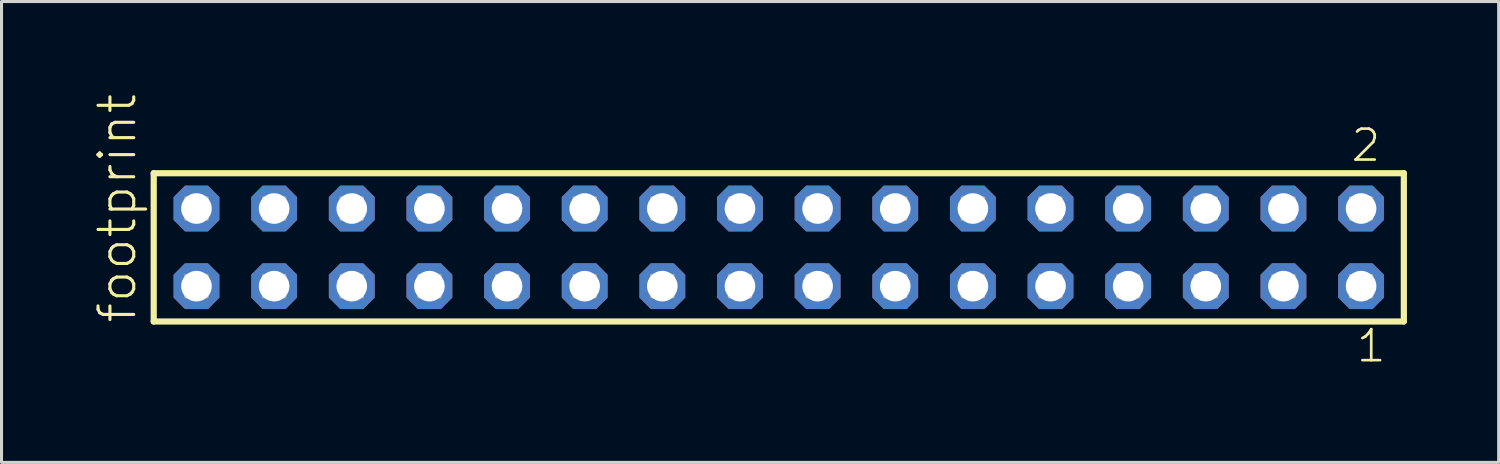
<source format=kicad_pcb>
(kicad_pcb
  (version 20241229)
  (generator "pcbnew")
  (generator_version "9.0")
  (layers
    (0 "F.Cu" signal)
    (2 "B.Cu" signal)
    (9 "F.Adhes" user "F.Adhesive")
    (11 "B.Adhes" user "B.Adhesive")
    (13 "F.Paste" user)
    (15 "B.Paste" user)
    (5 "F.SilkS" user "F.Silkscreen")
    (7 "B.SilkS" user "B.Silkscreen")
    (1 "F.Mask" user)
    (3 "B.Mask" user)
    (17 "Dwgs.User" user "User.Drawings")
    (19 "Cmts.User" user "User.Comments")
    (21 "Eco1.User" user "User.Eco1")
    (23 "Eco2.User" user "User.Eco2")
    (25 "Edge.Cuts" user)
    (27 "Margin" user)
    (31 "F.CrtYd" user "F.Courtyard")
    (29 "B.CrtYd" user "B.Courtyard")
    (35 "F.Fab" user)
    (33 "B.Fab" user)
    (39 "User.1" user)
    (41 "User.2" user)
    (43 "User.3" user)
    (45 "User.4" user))
  (footprint "footprint"
    (layer "F.Cu")
    (at 22.428 5.042)
    (property "Reference" "footprint" (at -20.955 2.54 90) (layer "F.SilkS") (effects (font (size 1.168 1.168) (thickness 0.102)) (justify left bottom)))
    (fp_line (start -20.449 -2.425) (end 20.449 -2.425) (stroke (width 0.203) (type solid)) (layer "F.SilkS"))
    (fp_line (start -20.449 2.425) (end -20.449 -2.425) (stroke (width 0.203) (type solid)) (layer "F.SilkS"))
    (fp_line (start 20.449 -2.425) (end 20.449 2.425) (stroke (width 0.203) (type solid)) (layer "F.SilkS"))
    (fp_line (start 20.449 2.425) (end -20.449 2.425) (stroke (width 0.203) (type solid)) (layer "F.SilkS"))
    (fp_poly (pts (xy -19.4 -0.92) (xy -18.7 -0.92) (xy -18.7 -1.62) (xy -19.4 -1.62)) (stroke (width 0.1) (type solid)) (fill no) (layer "F.Fab"))
    (fp_poly (pts (xy -19.4 1.62) (xy -18.7 1.62) (xy -18.7 0.92) (xy -19.4 0.92)) (stroke (width 0.1) (type solid)) (fill no) (layer "F.Fab"))
    (fp_poly (pts (xy -16.86 -0.92) (xy -16.16 -0.92) (xy -16.16 -1.62) (xy -16.86 -1.62)) (stroke (width 0.1) (type solid)) (fill no) (layer "F.Fab"))
    (fp_poly (pts (xy -16.86 1.62) (xy -16.16 1.62) (xy -16.16 0.92) (xy -16.86 0.92)) (stroke (width 0.1) (type solid)) (fill no) (layer "F.Fab"))
    (fp_poly (pts (xy -14.32 -0.92) (xy -13.62 -0.92) (xy -13.62 -1.62) (xy -14.32 -1.62)) (stroke (width 0.1) (type solid)) (fill no) (layer "F.Fab"))
    (fp_poly (pts (xy -14.32 1.62) (xy -13.62 1.62) (xy -13.62 0.92) (xy -14.32 0.92)) (stroke (width 0.1) (type solid)) (fill no) (layer "F.Fab"))
    (fp_poly (pts (xy -11.78 -0.92) (xy -11.08 -0.92) (xy -11.08 -1.62) (xy -11.78 -1.62)) (stroke (width 0.1) (type solid)) (fill no) (layer "F.Fab"))
    (fp_poly (pts (xy -11.78 1.62) (xy -11.08 1.62) (xy -11.08 0.92) (xy -11.78 0.92)) (stroke (width 0.1) (type solid)) (fill no) (layer "F.Fab"))
    (fp_poly (pts (xy -9.24 -0.92) (xy -8.54 -0.92) (xy -8.54 -1.62) (xy -9.24 -1.62)) (stroke (width 0.1) (type solid)) (fill no) (layer "F.Fab"))
    (fp_poly (pts (xy -9.24 1.62) (xy -8.54 1.62) (xy -8.54 0.92) (xy -9.24 0.92)) (stroke (width 0.1) (type solid)) (fill no) (layer "F.Fab"))
    (fp_poly (pts (xy -6.7 -0.92) (xy -6 -0.92) (xy -6 -1.62) (xy -6.7 -1.62)) (stroke (width 0.1) (type solid)) (fill no) (layer "F.Fab"))
    (fp_poly (pts (xy -6.7 1.62) (xy -6 1.62) (xy -6 0.92) (xy -6.7 0.92)) (stroke (width 0.1) (type solid)) (fill no) (layer "F.Fab"))
    (fp_poly (pts (xy -4.16 -0.92) (xy -3.46 -0.92) (xy -3.46 -1.62) (xy -4.16 -1.62)) (stroke (width 0.1) (type solid)) (fill no) (layer "F.Fab"))
    (fp_poly (pts (xy -4.16 1.62) (xy -3.46 1.62) (xy -3.46 0.92) (xy -4.16 0.92)) (stroke (width 0.1) (type solid)) (fill no) (layer "F.Fab"))
    (fp_poly (pts (xy -1.62 -0.92) (xy -0.92 -0.92) (xy -0.92 -1.62) (xy -1.62 -1.62)) (stroke (width 0.1) (type solid)) (fill no) (layer "F.Fab"))
    (fp_poly (pts (xy -1.62 1.62) (xy -0.92 1.62) (xy -0.92 0.92) (xy -1.62 0.92)) (stroke (width 0.1) (type solid)) (fill no) (layer "F.Fab"))
    (fp_poly (pts (xy 0.92 -0.92) (xy 1.62 -0.92) (xy 1.62 -1.62) (xy 0.92 -1.62)) (stroke (width 0.1) (type solid)) (fill no) (layer "F.Fab"))
    (fp_poly (pts (xy 0.92 1.62) (xy 1.62 1.62) (xy 1.62 0.92) (xy 0.92 0.92)) (stroke (width 0.1) (type solid)) (fill no) (layer "F.Fab"))
    (fp_poly (pts (xy 3.46 -0.92) (xy 4.16 -0.92) (xy 4.16 -1.62) (xy 3.46 -1.62)) (stroke (width 0.1) (type solid)) (fill no) (layer "F.Fab"))
    (fp_poly (pts (xy 3.46 1.62) (xy 4.16 1.62) (xy 4.16 0.92) (xy 3.46 0.92)) (stroke (width 0.1) (type solid)) (fill no) (layer "F.Fab"))
    (fp_poly (pts (xy 6 -0.92) (xy 6.7 -0.92) (xy 6.7 -1.62) (xy 6 -1.62)) (stroke (width 0.1) (type solid)) (fill no) (layer "F.Fab"))
    (fp_poly (pts (xy 6 1.62) (xy 6.7 1.62) (xy 6.7 0.92) (xy 6 0.92)) (stroke (width 0.1) (type solid)) (fill no) (layer "F.Fab"))
    (fp_poly (pts (xy 8.54 -0.92) (xy 9.24 -0.92) (xy 9.24 -1.62) (xy 8.54 -1.62)) (stroke (width 0.1) (type solid)) (fill no) (layer "F.Fab"))
    (fp_poly (pts (xy 8.54 1.62) (xy 9.24 1.62) (xy 9.24 0.92) (xy 8.54 0.92)) (stroke (width 0.1) (type solid)) (fill no) (layer "F.Fab"))
    (fp_poly (pts (xy 11.08 -0.92) (xy 11.78 -0.92) (xy 11.78 -1.62) (xy 11.08 -1.62)) (stroke (width 0.1) (type solid)) (fill no) (layer "F.Fab"))
    (fp_poly (pts (xy 11.08 1.62) (xy 11.78 1.62) (xy 11.78 0.92) (xy 11.08 0.92)) (stroke (width 0.1) (type solid)) (fill no) (layer "F.Fab"))
    (fp_poly (pts (xy 13.62 -0.92) (xy 14.32 -0.92) (xy 14.32 -1.62) (xy 13.62 -1.62)) (stroke (width 0.1) (type solid)) (fill no) (layer "F.Fab"))
    (fp_poly (pts (xy 13.62 1.62) (xy 14.32 1.62) (xy 14.32 0.92) (xy 13.62 0.92)) (stroke (width 0.1) (type solid)) (fill no) (layer "F.Fab"))
    (fp_poly (pts (xy 16.16 -0.92) (xy 16.86 -0.92) (xy 16.86 -1.62) (xy 16.16 -1.62)) (stroke (width 0.1) (type solid)) (fill no) (layer "F.Fab"))
    (fp_poly (pts (xy 16.16 1.62) (xy 16.86 1.62) (xy 16.86 0.92) (xy 16.16 0.92)) (stroke (width 0.1) (type solid)) (fill no) (layer "F.Fab"))
    (fp_poly (pts (xy 18.7 -0.92) (xy 19.4 -0.92) (xy 19.4 -1.62) (xy 18.7 -1.62)) (stroke (width 0.1) (type solid)) (fill no) (layer "F.Fab"))
    (fp_poly (pts (xy 18.7 1.62) (xy 19.4 1.62) (xy 19.4 0.92) (xy 18.7 0.92)) (stroke (width 0.1) (type solid)) (fill no) (layer "F.Fab"))
    (fp_text user "2" (at 18.667 -2.744 0) (layer "F.SilkS") (effects (font (size 1.012 1.012) (thickness 0.088)) (justify left bottom)))
    (fp_text user "1" (at 18.842 3.818 0) (layer "F.SilkS") (effects (font (size 1.012 1.012) (thickness 0.088)) (justify left bottom)))
    (pad "1" thru_hole roundrect (at 19.05 1.27 180) (size 1.5 1.5) (drill 1) (layers "*.Cu" "*.Mask") (roundrect_rratio 0.25) (chamfer_ratio 0.25) (chamfer top_left top_right bottom_left bottom_right))
    (pad "2" thru_hole roundrect (at 19.05 -1.27 180) (size 1.5 1.5) (drill 1) (layers "*.Cu" "*.Mask") (roundrect_rratio 0.25) (chamfer_ratio 0.25) (chamfer top_left top_right bottom_left bottom_right))
    (pad "3" thru_hole roundrect (at 16.51 1.27 180) (size 1.5 1.5) (drill 1) (layers "*.Cu" "*.Mask") (roundrect_rratio 0.25) (chamfer_ratio 0.25) (chamfer top_left top_right bottom_left bottom_right))
    (pad "4" thru_hole roundrect (at 16.51 -1.27 180) (size 1.5 1.5) (drill 1) (layers "*.Cu" "*.Mask") (roundrect_rratio 0.25) (chamfer_ratio 0.25) (chamfer top_left top_right bottom_left bottom_right))
    (pad "5" thru_hole roundrect (at 13.97 1.27 180) (size 1.5 1.5) (drill 1) (layers "*.Cu" "*.Mask") (roundrect_rratio 0.25) (chamfer_ratio 0.25) (chamfer top_left top_right bottom_left bottom_right))
    (pad "6" thru_hole roundrect (at 13.97 -1.27 180) (size 1.5 1.5) (drill 1) (layers "*.Cu" "*.Mask") (roundrect_rratio 0.25) (chamfer_ratio 0.25) (chamfer top_left top_right bottom_left bottom_right))
    (pad "7" thru_hole roundrect (at 11.43 1.27 180) (size 1.5 1.5) (drill 1) (layers "*.Cu" "*.Mask") (roundrect_rratio 0.25) (chamfer_ratio 0.25) (chamfer top_left top_right bottom_left bottom_right))
    (pad "8" thru_hole roundrect (at 11.43 -1.27 180) (size 1.5 1.5) (drill 1) (layers "*.Cu" "*.Mask") (roundrect_rratio 0.25) (chamfer_ratio 0.25) (chamfer top_left top_right bottom_left bottom_right))
    (pad "9" thru_hole roundrect (at 8.89 1.27 180) (size 1.5 1.5) (drill 1) (layers "*.Cu" "*.Mask") (roundrect_rratio 0.25) (chamfer_ratio 0.25) (chamfer top_left top_right bottom_left bottom_right))
    (pad "10" thru_hole roundrect (at 8.89 -1.27 180) (size 1.5 1.5) (drill 1) (layers "*.Cu" "*.Mask") (roundrect_rratio 0.25) (chamfer_ratio 0.25) (chamfer top_left top_right bottom_left bottom_right))
    (pad "11" thru_hole roundrect (at 6.35 1.27 180) (size 1.5 1.5) (drill 1) (layers "*.Cu" "*.Mask") (roundrect_rratio 0.25) (chamfer_ratio 0.25) (chamfer top_left top_right bottom_left bottom_right))
    (pad "12" thru_hole roundrect (at 6.35 -1.27 180) (size 1.5 1.5) (drill 1) (layers "*.Cu" "*.Mask") (roundrect_rratio 0.25) (chamfer_ratio 0.25) (chamfer top_left top_right bottom_left bottom_right))
    (pad "13" thru_hole roundrect (at 3.81 1.27 180) (size 1.5 1.5) (drill 1) (layers "*.Cu" "*.Mask") (roundrect_rratio 0.25) (chamfer_ratio 0.25) (chamfer top_left top_right bottom_left bottom_right))
    (pad "14" thru_hole roundrect (at 3.81 -1.27 180) (size 1.5 1.5) (drill 1) (layers "*.Cu" "*.Mask") (roundrect_rratio 0.25) (chamfer_ratio 0.25) (chamfer top_left top_right bottom_left bottom_right))
    (pad "15" thru_hole roundrect (at 1.27 1.27 180) (size 1.5 1.5) (drill 1) (layers "*.Cu" "*.Mask") (roundrect_rratio 0.25) (chamfer_ratio 0.25) (chamfer top_left top_right bottom_left bottom_right))
    (pad "16" thru_hole roundrect (at 1.27 -1.27 180) (size 1.5 1.5) (drill 1) (layers "*.Cu" "*.Mask") (roundrect_rratio 0.25) (chamfer_ratio 0.25) (chamfer top_left top_right bottom_left bottom_right))
    (pad "17" thru_hole roundrect (at -1.27 1.27 180) (size 1.5 1.5) (drill 1) (layers "*.Cu" "*.Mask") (roundrect_rratio 0.25) (chamfer_ratio 0.25) (chamfer top_left top_right bottom_left bottom_right))
    (pad "18" thru_hole roundrect (at -1.27 -1.27 180) (size 1.5 1.5) (drill 1) (layers "*.Cu" "*.Mask") (roundrect_rratio 0.25) (chamfer_ratio 0.25) (chamfer top_left top_right bottom_left bottom_right))
    (pad "19" thru_hole roundrect (at -3.81 1.27 180) (size 1.5 1.5) (drill 1) (layers "*.Cu" "*.Mask") (roundrect_rratio 0.25) (chamfer_ratio 0.25) (chamfer top_left top_right bottom_left bottom_right))
    (pad "20" thru_hole roundrect (at -3.81 -1.27 180) (size 1.5 1.5) (drill 1) (layers "*.Cu" "*.Mask") (roundrect_rratio 0.25) (chamfer_ratio 0.25) (chamfer top_left top_right bottom_left bottom_right))
    (pad "21" thru_hole roundrect (at -6.35 1.27 180) (size 1.5 1.5) (drill 1) (layers "*.Cu" "*.Mask") (roundrect_rratio 0.25) (chamfer_ratio 0.25) (chamfer top_left top_right bottom_left bottom_right))
    (pad "22" thru_hole roundrect (at -6.35 -1.27 180) (size 1.5 1.5) (drill 1) (layers "*.Cu" "*.Mask") (roundrect_rratio 0.25) (chamfer_ratio 0.25) (chamfer top_left top_right bottom_left bottom_right))
    (pad "23" thru_hole roundrect (at -8.89 1.27 180) (size 1.5 1.5) (drill 1) (layers "*.Cu" "*.Mask") (roundrect_rratio 0.25) (chamfer_ratio 0.25) (chamfer top_left top_right bottom_left bottom_right))
    (pad "24" thru_hole roundrect (at -8.89 -1.27 180) (size 1.5 1.5) (drill 1) (layers "*.Cu" "*.Mask") (roundrect_rratio 0.25) (chamfer_ratio 0.25) (chamfer top_left top_right bottom_left bottom_right))
    (pad "25" thru_hole roundrect (at -11.43 1.27 180) (size 1.5 1.5) (drill 1) (layers "*.Cu" "*.Mask") (roundrect_rratio 0.25) (chamfer_ratio 0.25) (chamfer top_left top_right bottom_left bottom_right))
    (pad "26" thru_hole roundrect (at -11.43 -1.27 180) (size 1.5 1.5) (drill 1) (layers "*.Cu" "*.Mask") (roundrect_rratio 0.25) (chamfer_ratio 0.25) (chamfer top_left top_right bottom_left bottom_right))
    (pad "27" thru_hole roundrect (at -13.97 1.27 180) (size 1.5 1.5) (drill 1) (layers "*.Cu" "*.Mask") (roundrect_rratio 0.25) (chamfer_ratio 0.25) (chamfer top_left top_right bottom_left bottom_right))
    (pad "28" thru_hole roundrect (at -13.97 -1.27 180) (size 1.5 1.5) (drill 1) (layers "*.Cu" "*.Mask") (roundrect_rratio 0.25) (chamfer_ratio 0.25) (chamfer top_left top_right bottom_left bottom_right))
    (pad "29" thru_hole roundrect (at -16.51 1.27 180) (size 1.5 1.5) (drill 1) (layers "*.Cu" "*.Mask") (roundrect_rratio 0.25) (chamfer_ratio 0.25) (chamfer top_left top_right bottom_left bottom_right))
    (pad "30" thru_hole roundrect (at -16.51 -1.27 180) (size 1.5 1.5) (drill 1) (layers "*.Cu" "*.Mask") (roundrect_rratio 0.25) (chamfer_ratio 0.25) (chamfer top_left top_right bottom_left bottom_right))
    (pad "31" thru_hole roundrect (at -19.05 1.27 180) (size 1.5 1.5) (drill 1) (layers "*.Cu" "*.Mask") (roundrect_rratio 0.25) (chamfer_ratio 0.25) (chamfer top_left top_right bottom_left bottom_right))
    (pad "32" thru_hole roundrect (at -19.05 -1.27 180) (size 1.5 1.5) (drill 1) (layers "*.Cu" "*.Mask") (roundrect_rratio 0.25) (chamfer_ratio 0.25) (chamfer top_left top_right bottom_left bottom_right)))
  (gr_rect
    (start -3 -3)
    (end 45.979 12.077)
    (stroke (width 0.1) (type default))
    (fill no)
    (layer "Edge.Cuts")))
</source>
